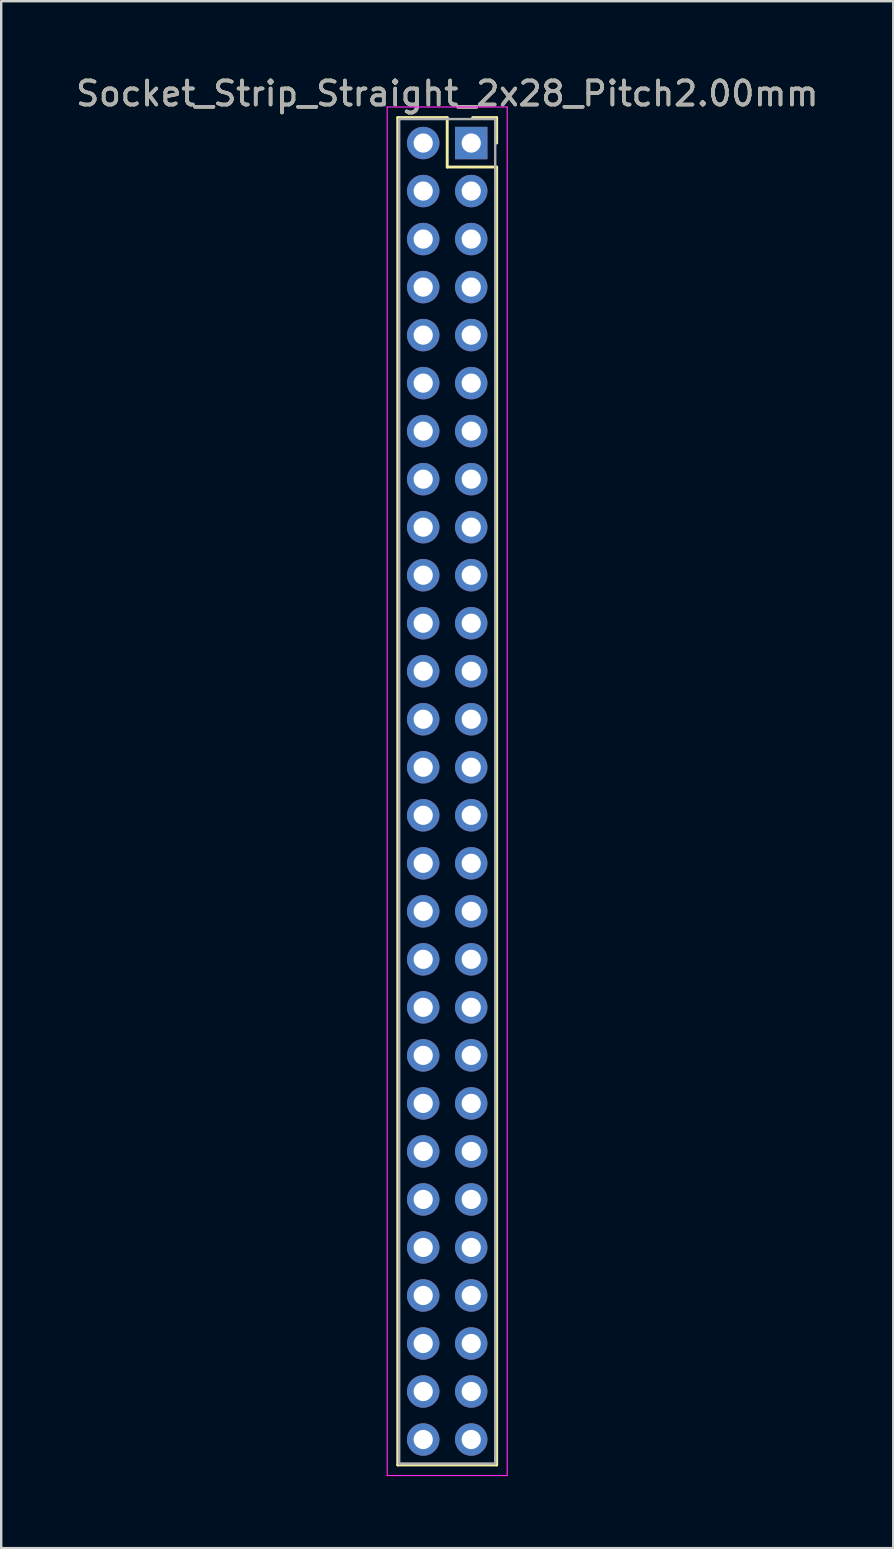
<source format=kicad_pcb>
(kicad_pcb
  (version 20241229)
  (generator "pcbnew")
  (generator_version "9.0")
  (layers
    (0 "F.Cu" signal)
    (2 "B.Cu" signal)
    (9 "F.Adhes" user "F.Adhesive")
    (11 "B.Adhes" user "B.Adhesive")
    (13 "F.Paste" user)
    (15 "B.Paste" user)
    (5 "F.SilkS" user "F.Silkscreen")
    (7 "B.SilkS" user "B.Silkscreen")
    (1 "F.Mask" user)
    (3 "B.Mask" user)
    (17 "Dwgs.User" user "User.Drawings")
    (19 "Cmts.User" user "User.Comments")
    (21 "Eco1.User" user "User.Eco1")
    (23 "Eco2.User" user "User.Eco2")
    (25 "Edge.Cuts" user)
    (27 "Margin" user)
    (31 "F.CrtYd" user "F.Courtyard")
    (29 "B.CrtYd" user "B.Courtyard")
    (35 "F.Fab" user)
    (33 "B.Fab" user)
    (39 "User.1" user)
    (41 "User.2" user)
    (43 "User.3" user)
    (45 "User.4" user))
  (footprint "Socket_Strip_Straight_2x28_Pitch2.00mm"
    (layer "F.Cu")
    (at 16.577 2.908)
    (property "Reference" "Socket_Strip_Straight_2x28_Pitch2.00mm" (at -1 -2.06 0) (layer "F.SilkS") (effects (font (size 1 1) (thickness 0.15))))
    (attr through_hole)
    (fp_line (start -3.06 -1.06) (end -1 -1.06) (stroke (width 0.12) (type solid)) (layer "F.SilkS"))
    (fp_line (start -3.06 55.06) (end -3.06 -1.06) (stroke (width 0.12) (type solid)) (layer "F.SilkS"))
    (fp_line (start -1 -1.06) (end -1 1) (stroke (width 0.12) (type solid)) (layer "F.SilkS"))
    (fp_line (start -1 1) (end 1.06 1) (stroke (width 0.12) (type solid)) (layer "F.SilkS"))
    (fp_line (start 1.06 -1.06) (end 0.06 -1.06) (stroke (width 0.12) (type solid)) (layer "F.SilkS"))
    (fp_line (start 1.06 0) (end 1.06 -1.06) (stroke (width 0.12) (type solid)) (layer "F.SilkS"))
    (fp_line (start 1.06 1) (end 1.06 55.06) (stroke (width 0.12) (type solid)) (layer "F.SilkS"))
    (fp_line (start 1.06 55.06) (end -3.06 55.06) (stroke (width 0.12) (type solid)) (layer "F.SilkS"))
    (fp_line (start -3.5 -1.5) (end -3.5 55.5) (stroke (width 0.05) (type solid)) (layer "F.CrtYd"))
    (fp_line (start -3.5 55.5) (end 1.5 55.5) (stroke (width 0.05) (type solid)) (layer "F.CrtYd"))
    (fp_line (start 1.5 -1.5) (end -3.5 -1.5) (stroke (width 0.05) (type solid)) (layer "F.CrtYd"))
    (fp_line (start 1.5 55.5) (end 1.5 -1.5) (stroke (width 0.05) (type solid)) (layer "F.CrtYd"))
    (fp_line (start -3 -1) (end -3 55) (stroke (width 0.1) (type solid)) (layer "F.Fab"))
    (fp_line (start -3 55) (end 1 55) (stroke (width 0.1) (type solid)) (layer "F.Fab"))
    (fp_line (start 1 -1) (end -3 -1) (stroke (width 0.1) (type solid)) (layer "F.Fab"))
    (fp_line (start 1 55) (end 1 -1) (stroke (width 0.1) (type solid)) (layer "F.Fab"))
    (fp_text user "${REFERENCE}" (at -1 -2.06 0) (layer "F.Fab") (effects (font (size 1 1) (thickness 0.15))))
    (pad "1" thru_hole rect (at 0 0) (size 1.35 1.35) (drill 0.8) (layers "*.Cu" "*.Mask"))
    (pad "2" thru_hole oval (at -2 0) (size 1.35 1.35) (drill 0.8) (layers "*.Cu" "*.Mask"))
    (pad "3" thru_hole oval (at 0 2) (size 1.35 1.35) (drill 0.8) (layers "*.Cu" "*.Mask"))
    (pad "4" thru_hole oval (at -2 2) (size 1.35 1.35) (drill 0.8) (layers "*.Cu" "*.Mask"))
    (pad "5" thru_hole oval (at 0 4) (size 1.35 1.35) (drill 0.8) (layers "*.Cu" "*.Mask"))
    (pad "6" thru_hole oval (at -2 4) (size 1.35 1.35) (drill 0.8) (layers "*.Cu" "*.Mask"))
    (pad "7" thru_hole oval (at 0 6) (size 1.35 1.35) (drill 0.8) (layers "*.Cu" "*.Mask"))
    (pad "8" thru_hole oval (at -2 6) (size 1.35 1.35) (drill 0.8) (layers "*.Cu" "*.Mask"))
    (pad "9" thru_hole oval (at 0 8) (size 1.35 1.35) (drill 0.8) (layers "*.Cu" "*.Mask"))
    (pad "10" thru_hole oval (at -2 8) (size 1.35 1.35) (drill 0.8) (layers "*.Cu" "*.Mask"))
    (pad "11" thru_hole oval (at 0 10) (size 1.35 1.35) (drill 0.8) (layers "*.Cu" "*.Mask"))
    (pad "12" thru_hole oval (at -2 10) (size 1.35 1.35) (drill 0.8) (layers "*.Cu" "*.Mask"))
    (pad "13" thru_hole oval (at 0 12) (size 1.35 1.35) (drill 0.8) (layers "*.Cu" "*.Mask"))
    (pad "14" thru_hole oval (at -2 12) (size 1.35 1.35) (drill 0.8) (layers "*.Cu" "*.Mask"))
    (pad "15" thru_hole oval (at 0 14) (size 1.35 1.35) (drill 0.8) (layers "*.Cu" "*.Mask"))
    (pad "16" thru_hole oval (at -2 14) (size 1.35 1.35) (drill 0.8) (layers "*.Cu" "*.Mask"))
    (pad "17" thru_hole oval (at 0 16) (size 1.35 1.35) (drill 0.8) (layers "*.Cu" "*.Mask"))
    (pad "18" thru_hole oval (at -2 16) (size 1.35 1.35) (drill 0.8) (layers "*.Cu" "*.Mask"))
    (pad "19" thru_hole oval (at 0 18) (size 1.35 1.35) (drill 0.8) (layers "*.Cu" "*.Mask"))
    (pad "20" thru_hole oval (at -2 18) (size 1.35 1.35) (drill 0.8) (layers "*.Cu" "*.Mask"))
    (pad "21" thru_hole oval (at 0 20) (size 1.35 1.35) (drill 0.8) (layers "*.Cu" "*.Mask"))
    (pad "22" thru_hole oval (at -2 20) (size 1.35 1.35) (drill 0.8) (layers "*.Cu" "*.Mask"))
    (pad "23" thru_hole oval (at 0 22) (size 1.35 1.35) (drill 0.8) (layers "*.Cu" "*.Mask"))
    (pad "24" thru_hole oval (at -2 22) (size 1.35 1.35) (drill 0.8) (layers "*.Cu" "*.Mask"))
    (pad "25" thru_hole oval (at 0 24) (size 1.35 1.35) (drill 0.8) (layers "*.Cu" "*.Mask"))
    (pad "26" thru_hole oval (at -2 24) (size 1.35 1.35) (drill 0.8) (layers "*.Cu" "*.Mask"))
    (pad "27" thru_hole oval (at 0 26) (size 1.35 1.35) (drill 0.8) (layers "*.Cu" "*.Mask"))
    (pad "28" thru_hole oval (at -2 26) (size 1.35 1.35) (drill 0.8) (layers "*.Cu" "*.Mask"))
    (pad "29" thru_hole oval (at 0 28) (size 1.35 1.35) (drill 0.8) (layers "*.Cu" "*.Mask"))
    (pad "30" thru_hole oval (at -2 28) (size 1.35 1.35) (drill 0.8) (layers "*.Cu" "*.Mask"))
    (pad "31" thru_hole oval (at 0 30) (size 1.35 1.35) (drill 0.8) (layers "*.Cu" "*.Mask"))
    (pad "32" thru_hole oval (at -2 30) (size 1.35 1.35) (drill 0.8) (layers "*.Cu" "*.Mask"))
    (pad "33" thru_hole oval (at 0 32) (size 1.35 1.35) (drill 0.8) (layers "*.Cu" "*.Mask"))
    (pad "34" thru_hole oval (at -2 32) (size 1.35 1.35) (drill 0.8) (layers "*.Cu" "*.Mask"))
    (pad "35" thru_hole oval (at 0 34) (size 1.35 1.35) (drill 0.8) (layers "*.Cu" "*.Mask"))
    (pad "36" thru_hole oval (at -2 34) (size 1.35 1.35) (drill 0.8) (layers "*.Cu" "*.Mask"))
    (pad "37" thru_hole oval (at 0 36) (size 1.35 1.35) (drill 0.8) (layers "*.Cu" "*.Mask"))
    (pad "38" thru_hole oval (at -2 36) (size 1.35 1.35) (drill 0.8) (layers "*.Cu" "*.Mask"))
    (pad "39" thru_hole oval (at 0 38) (size 1.35 1.35) (drill 0.8) (layers "*.Cu" "*.Mask"))
    (pad "40" thru_hole oval (at -2 38) (size 1.35 1.35) (drill 0.8) (layers "*.Cu" "*.Mask"))
    (pad "41" thru_hole oval (at 0 40) (size 1.35 1.35) (drill 0.8) (layers "*.Cu" "*.Mask"))
    (pad "42" thru_hole oval (at -2 40) (size 1.35 1.35) (drill 0.8) (layers "*.Cu" "*.Mask"))
    (pad "43" thru_hole oval (at 0 42) (size 1.35 1.35) (drill 0.8) (layers "*.Cu" "*.Mask"))
    (pad "44" thru_hole oval (at -2 42) (size 1.35 1.35) (drill 0.8) (layers "*.Cu" "*.Mask"))
    (pad "45" thru_hole oval (at 0 44) (size 1.35 1.35) (drill 0.8) (layers "*.Cu" "*.Mask"))
    (pad "46" thru_hole oval (at -2 44) (size 1.35 1.35) (drill 0.8) (layers "*.Cu" "*.Mask"))
    (pad "47" thru_hole oval (at 0 46) (size 1.35 1.35) (drill 0.8) (layers "*.Cu" "*.Mask"))
    (pad "48" thru_hole oval (at -2 46) (size 1.35 1.35) (drill 0.8) (layers "*.Cu" "*.Mask"))
    (pad "49" thru_hole oval (at 0 48) (size 1.35 1.35) (drill 0.8) (layers "*.Cu" "*.Mask"))
    (pad "50" thru_hole oval (at -2 48) (size 1.35 1.35) (drill 0.8) (layers "*.Cu" "*.Mask"))
    (pad "51" thru_hole oval (at 0 50) (size 1.35 1.35) (drill 0.8) (layers "*.Cu" "*.Mask"))
    (pad "52" thru_hole oval (at -2 50) (size 1.35 1.35) (drill 0.8) (layers "*.Cu" "*.Mask"))
    (pad "53" thru_hole oval (at 0 52) (size 1.35 1.35) (drill 0.8) (layers "*.Cu" "*.Mask"))
    (pad "54" thru_hole oval (at -2 52) (size 1.35 1.35) (drill 0.8) (layers "*.Cu" "*.Mask"))
    (pad "55" thru_hole oval (at 0 54) (size 1.35 1.35) (drill 0.8) (layers "*.Cu" "*.Mask"))
    (pad "56" thru_hole oval (at -2 54) (size 1.35 1.35) (drill 0.8) (layers "*.Cu" "*.Mask")))
  (gr_rect
    (start -3 -3)
    (end 34.155 61.433)
    (stroke (width 0.1) (type default))
    (fill no)
    (layer "Edge.Cuts")))
</source>
